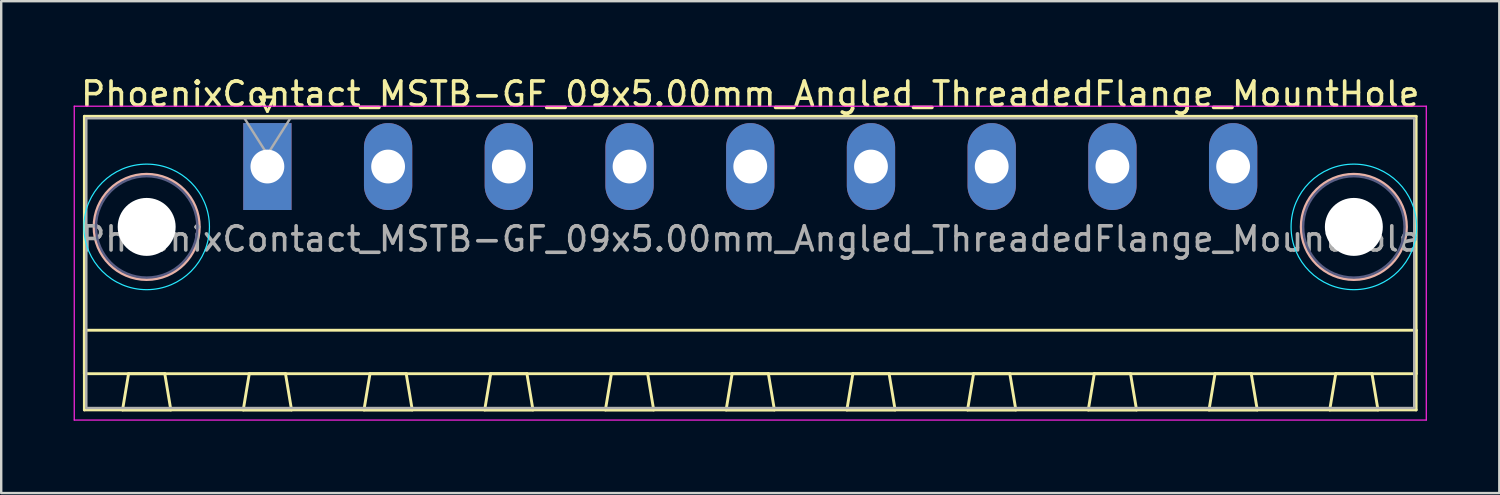
<source format=kicad_pcb>
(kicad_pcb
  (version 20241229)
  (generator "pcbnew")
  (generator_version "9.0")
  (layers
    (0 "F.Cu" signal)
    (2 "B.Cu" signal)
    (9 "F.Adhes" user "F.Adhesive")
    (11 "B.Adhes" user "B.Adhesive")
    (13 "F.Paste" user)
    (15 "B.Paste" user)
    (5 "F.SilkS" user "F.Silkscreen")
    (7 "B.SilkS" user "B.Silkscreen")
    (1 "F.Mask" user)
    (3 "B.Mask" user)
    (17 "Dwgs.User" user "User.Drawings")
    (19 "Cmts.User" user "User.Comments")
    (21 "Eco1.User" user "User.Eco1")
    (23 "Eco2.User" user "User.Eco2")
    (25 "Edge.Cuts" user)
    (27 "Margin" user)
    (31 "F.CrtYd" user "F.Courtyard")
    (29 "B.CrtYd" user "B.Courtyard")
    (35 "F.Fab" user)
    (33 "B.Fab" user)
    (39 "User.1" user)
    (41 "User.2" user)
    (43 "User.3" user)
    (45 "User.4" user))
  (footprint "PhoenixContact_MSTB-GF_09x5.00mm_Angled_ThreadedFlange_MountHole"
    (layer "F.Cu")
    (at 8.025 3.848)
    (property "Reference" "PhoenixContact_MSTB-GF_09x5.00mm_Angled_ThreadedFlange_MountHole" (at 20 -3 0) (layer "F.SilkS") (effects (font (size 1 1) (thickness 0.15))))
    (attr through_hole)
    (fp_line (start -7.58 -2.08) (end -7.58 10.08) (stroke (width 0.12) (type solid)) (layer "F.SilkS"))
    (fp_line (start -7.58 6.78) (end 47.58 6.78) (stroke (width 0.12) (type solid)) (layer "F.SilkS"))
    (fp_line (start -7.58 8.58) (end -7.58 6.78) (stroke (width 0.12) (type solid)) (layer "F.SilkS"))
    (fp_line (start -7.58 10.08) (end 47.58 10.08) (stroke (width 0.12) (type solid)) (layer "F.SilkS"))
    (fp_line (start -6 10.08) (end -4 10.08) (stroke (width 0.12) (type solid)) (layer "F.SilkS"))
    (fp_line (start -5.75 8.58) (end -6 10.08) (stroke (width 0.12) (type solid)) (layer "F.SilkS"))
    (fp_line (start -4.25 8.58) (end -5.75 8.58) (stroke (width 0.12) (type solid)) (layer "F.SilkS"))
    (fp_line (start -4 10.08) (end -4.25 8.58) (stroke (width 0.12) (type solid)) (layer "F.SilkS"))
    (fp_line (start -1 10.08) (end 1 10.08) (stroke (width 0.12) (type solid)) (layer "F.SilkS"))
    (fp_line (start -0.75 8.58) (end -1 10.08) (stroke (width 0.12) (type solid)) (layer "F.SilkS"))
    (fp_line (start -0.3 -2.88) (end 0.3 -2.88) (stroke (width 0.12) (type solid)) (layer "F.SilkS"))
    (fp_line (start 0 -2.28) (end -0.3 -2.88) (stroke (width 0.12) (type solid)) (layer "F.SilkS"))
    (fp_line (start 0.3 -2.88) (end 0 -2.28) (stroke (width 0.12) (type solid)) (layer "F.SilkS"))
    (fp_line (start 0.75 8.58) (end -0.75 8.58) (stroke (width 0.12) (type solid)) (layer "F.SilkS"))
    (fp_line (start 1 10.08) (end 0.75 8.58) (stroke (width 0.12) (type solid)) (layer "F.SilkS"))
    (fp_line (start 4 10.08) (end 6 10.08) (stroke (width 0.12) (type solid)) (layer "F.SilkS"))
    (fp_line (start 4.25 8.58) (end 4 10.08) (stroke (width 0.12) (type solid)) (layer "F.SilkS"))
    (fp_line (start 5.75 8.58) (end 4.25 8.58) (stroke (width 0.12) (type solid)) (layer "F.SilkS"))
    (fp_line (start 6 10.08) (end 5.75 8.58) (stroke (width 0.12) (type solid)) (layer "F.SilkS"))
    (fp_line (start 9 10.08) (end 11 10.08) (stroke (width 0.12) (type solid)) (layer "F.SilkS"))
    (fp_line (start 9.25 8.58) (end 9 10.08) (stroke (width 0.12) (type solid)) (layer "F.SilkS"))
    (fp_line (start 10.75 8.58) (end 9.25 8.58) (stroke (width 0.12) (type solid)) (layer "F.SilkS"))
    (fp_line (start 11 10.08) (end 10.75 8.58) (stroke (width 0.12) (type solid)) (layer "F.SilkS"))
    (fp_line (start 14 10.08) (end 16 10.08) (stroke (width 0.12) (type solid)) (layer "F.SilkS"))
    (fp_line (start 14.25 8.58) (end 14 10.08) (stroke (width 0.12) (type solid)) (layer "F.SilkS"))
    (fp_line (start 15.75 8.58) (end 14.25 8.58) (stroke (width 0.12) (type solid)) (layer "F.SilkS"))
    (fp_line (start 16 10.08) (end 15.75 8.58) (stroke (width 0.12) (type solid)) (layer "F.SilkS"))
    (fp_line (start 19 10.08) (end 21 10.08) (stroke (width 0.12) (type solid)) (layer "F.SilkS"))
    (fp_line (start 19.25 8.58) (end 19 10.08) (stroke (width 0.12) (type solid)) (layer "F.SilkS"))
    (fp_line (start 20.75 8.58) (end 19.25 8.58) (stroke (width 0.12) (type solid)) (layer "F.SilkS"))
    (fp_line (start 21 10.08) (end 20.75 8.58) (stroke (width 0.12) (type solid)) (layer "F.SilkS"))
    (fp_line (start 24 10.08) (end 26 10.08) (stroke (width 0.12) (type solid)) (layer "F.SilkS"))
    (fp_line (start 24.25 8.58) (end 24 10.08) (stroke (width 0.12) (type solid)) (layer "F.SilkS"))
    (fp_line (start 25.75 8.58) (end 24.25 8.58) (stroke (width 0.12) (type solid)) (layer "F.SilkS"))
    (fp_line (start 26 10.08) (end 25.75 8.58) (stroke (width 0.12) (type solid)) (layer "F.SilkS"))
    (fp_line (start 29 10.08) (end 31 10.08) (stroke (width 0.12) (type solid)) (layer "F.SilkS"))
    (fp_line (start 29.25 8.58) (end 29 10.08) (stroke (width 0.12) (type solid)) (layer "F.SilkS"))
    (fp_line (start 30.75 8.58) (end 29.25 8.58) (stroke (width 0.12) (type solid)) (layer "F.SilkS"))
    (fp_line (start 31 10.08) (end 30.75 8.58) (stroke (width 0.12) (type solid)) (layer "F.SilkS"))
    (fp_line (start 34 10.08) (end 36 10.08) (stroke (width 0.12) (type solid)) (layer "F.SilkS"))
    (fp_line (start 34.25 8.58) (end 34 10.08) (stroke (width 0.12) (type solid)) (layer "F.SilkS"))
    (fp_line (start 35.75 8.58) (end 34.25 8.58) (stroke (width 0.12) (type solid)) (layer "F.SilkS"))
    (fp_line (start 36 10.08) (end 35.75 8.58) (stroke (width 0.12) (type solid)) (layer "F.SilkS"))
    (fp_line (start 39 10.08) (end 41 10.08) (stroke (width 0.12) (type solid)) (layer "F.SilkS"))
    (fp_line (start 39.25 8.58) (end 39 10.08) (stroke (width 0.12) (type solid)) (layer "F.SilkS"))
    (fp_line (start 40.75 8.58) (end 39.25 8.58) (stroke (width 0.12) (type solid)) (layer "F.SilkS"))
    (fp_line (start 41 10.08) (end 40.75 8.58) (stroke (width 0.12) (type solid)) (layer "F.SilkS"))
    (fp_line (start 44 10.08) (end 46 10.08) (stroke (width 0.12) (type solid)) (layer "F.SilkS"))
    (fp_line (start 44.25 8.58) (end 44 10.08) (stroke (width 0.12) (type solid)) (layer "F.SilkS"))
    (fp_line (start 45.75 8.58) (end 44.25 8.58) (stroke (width 0.12) (type solid)) (layer "F.SilkS"))
    (fp_line (start 46 10.08) (end 45.75 8.58) (stroke (width 0.12) (type solid)) (layer "F.SilkS"))
    (fp_line (start 47.58 -2.08) (end -7.58 -2.08) (stroke (width 0.12) (type solid)) (layer "F.SilkS"))
    (fp_line (start 47.58 6.78) (end 47.58 8.58) (stroke (width 0.12) (type solid)) (layer "F.SilkS"))
    (fp_line (start 47.58 8.58) (end -7.58 8.58) (stroke (width 0.12) (type solid)) (layer "F.SilkS"))
    (fp_line (start 47.58 10.08) (end 47.58 -2.08) (stroke (width 0.12) (type solid)) (layer "F.SilkS"))
    (fp_circle (center -5 2.5) (end -2.82 2.5) (stroke (width 0.12) (type solid)) (fill no) (layer "B.SilkS"))
    (fp_circle (center 45 2.5) (end 47.18 2.5) (stroke (width 0.12) (type solid)) (fill no) (layer "B.SilkS"))
    (fp_circle (center -5 2.5) (end -2.4 2.5) (stroke (width 0.05) (type solid)) (fill no) (layer "B.CrtYd"))
    (fp_circle (center 45 2.5) (end 47.6 2.5) (stroke (width 0.05) (type solid)) (fill no) (layer "B.CrtYd"))
    (fp_line (start -8 -2.5) (end -8 10.5) (stroke (width 0.05) (type solid)) (layer "F.CrtYd"))
    (fp_line (start -8 10.5) (end 48 10.5) (stroke (width 0.05) (type solid)) (layer "F.CrtYd"))
    (fp_line (start 48 -2.5) (end -8 -2.5) (stroke (width 0.05) (type solid)) (layer "F.CrtYd"))
    (fp_line (start 48 10.5) (end 48 -2.5) (stroke (width 0.05) (type solid)) (layer "F.CrtYd"))
    (fp_circle (center -5 2.5) (end -2.9 2.5) (stroke (width 0.1) (type solid)) (fill no) (layer "B.Fab"))
    (fp_circle (center 45 2.5) (end 47.1 2.5) (stroke (width 0.1) (type solid)) (fill no) (layer "B.Fab"))
    (fp_line (start -7.5 -2) (end -7.5 10) (stroke (width 0.1) (type solid)) (layer "F.Fab"))
    (fp_line (start -7.5 10) (end 47.5 10) (stroke (width 0.1) (type solid)) (layer "F.Fab"))
    (fp_line (start 0 -0.5) (end -0.95 -2) (stroke (width 0.1) (type solid)) (layer "F.Fab"))
    (fp_line (start 0.95 -2) (end 0 -0.5) (stroke (width 0.1) (type solid)) (layer "F.Fab"))
    (fp_line (start 47.5 -2) (end -7.5 -2) (stroke (width 0.1) (type solid)) (layer "F.Fab"))
    (fp_line (start 47.5 10) (end 47.5 -2) (stroke (width 0.1) (type solid)) (layer "F.Fab"))
    (fp_text user "${REFERENCE}" (at 20 3 0) (layer "F.Fab") (effects (font (size 1 1) (thickness 0.15))))
    (pad "" np_thru_hole circle (at -5 2.5) (size 2.4 2.4) (drill 2.4) (layers "*.Cu" "*.Mask"))
    (pad "" np_thru_hole circle (at 45 2.5) (size 2.4 2.4) (drill 2.4) (layers "*.Cu" "*.Mask"))
    (pad "1" thru_hole rect (at 0 0) (size 2 3.6) (drill 1.4) (layers "*.Cu" "*.Mask"))
    (pad "2" thru_hole oval (at 5 0) (size 2 3.6) (drill 1.4) (layers "*.Cu" "*.Mask"))
    (pad "3" thru_hole oval (at 10 0) (size 2 3.6) (drill 1.4) (layers "*.Cu" "*.Mask"))
    (pad "4" thru_hole oval (at 15 0) (size 2 3.6) (drill 1.4) (layers "*.Cu" "*.Mask"))
    (pad "5" thru_hole oval (at 20 0) (size 2 3.6) (drill 1.4) (layers "*.Cu" "*.Mask"))
    (pad "6" thru_hole oval (at 25 0) (size 2 3.6) (drill 1.4) (layers "*.Cu" "*.Mask"))
    (pad "7" thru_hole oval (at 30 0) (size 2 3.6) (drill 1.4) (layers "*.Cu" "*.Mask"))
    (pad "8" thru_hole oval (at 35 0) (size 2 3.6) (drill 1.4) (layers "*.Cu" "*.Mask"))
    (pad "9" thru_hole oval (at 40 0) (size 2 3.6) (drill 1.4) (layers "*.Cu" "*.Mask")))
  (gr_rect
    (start -3 -3)
    (end 59.05 17.373)
    (stroke (width 0.1) (type default))
    (fill no)
    (layer "Edge.Cuts")))
</source>
